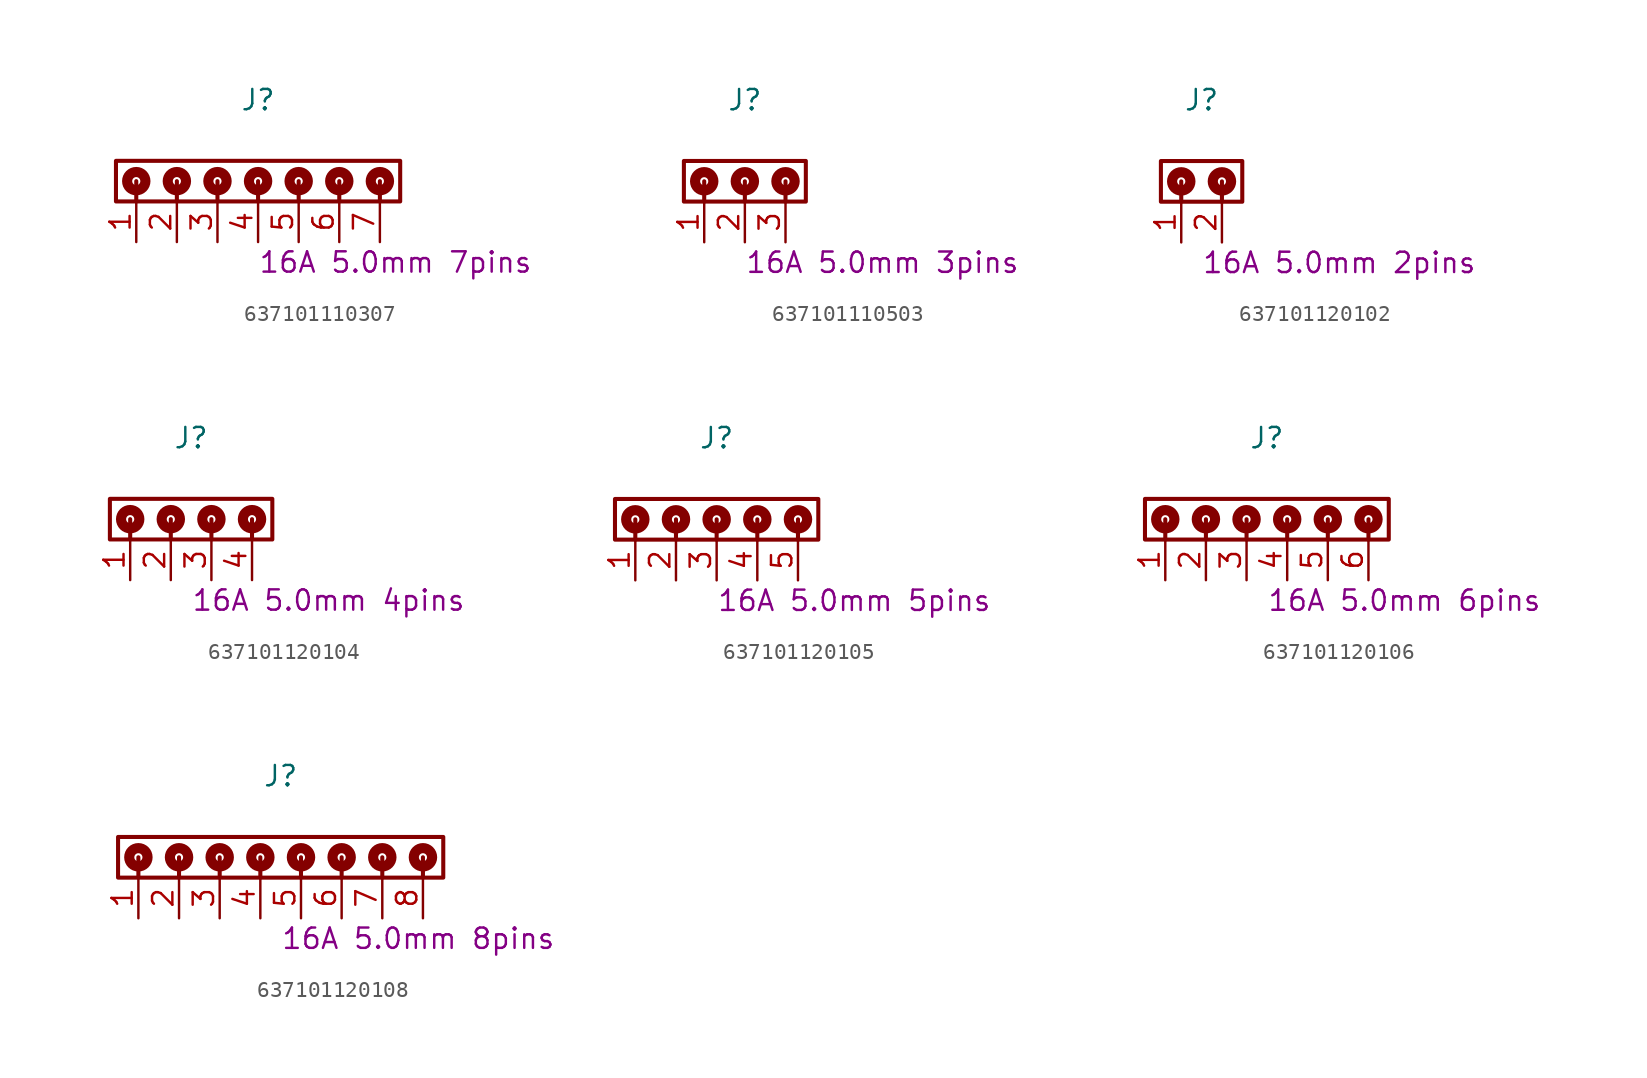
<source format=kicad_sym>
(kicad_symbol_lib
  (version 20220914)
  (generator kicad_symbol_editor)
  (symbol "637101110307"
    (pin_names hide)
    (property "Reference" "J"
      (at 0 5.08 0)
      (effects (font (size 1.27 1.27))))
    (property "Critical Parameter" "16A 5.0mm 7pins"
      (at 0 -5.08 0)
      (effects (font (size 1.27 1.27)) (justify left)))
    (symbol "637101110307_0_1"
      (rectangle (start -8.89 1.27) (end 8.89 -1.27) (stroke (width 0.254) (type default)) (fill (type none)))
      (circle (center -7.62 0) (radius 0.254) (stroke (width 0.635) (type default)) (fill (type none)))
      (polyline (pts (xy -7.62 0) (xy -7.62 -1.27)) (stroke (width 0.254) (type default)) (fill (type none)))
      (circle (center -5.08 0) (radius 0.254) (stroke (width 0.635) (type default)) (fill (type none)))
      (polyline (pts (xy -5.08 0) (xy -5.08 -1.27)) (stroke (width 0.254) (type default)) (fill (type none)))
      (circle (center -2.54 0) (radius 0.254) (stroke (width 0.635) (type default)) (fill (type none)))
      (polyline (pts (xy -2.54 0) (xy -2.54 -1.27)) (stroke (width 0.254) (type default)) (fill (type none)))
      (circle (center 0.0 0) (radius 0.254) (stroke (width 0.635) (type default)) (fill (type none)))
      (polyline (pts (xy 0.0 0) (xy 0.0 -1.27)) (stroke (width 0.254) (type default)) (fill (type none)))
      (circle (center 2.54 0) (radius 0.254) (stroke (width 0.635) (type default)) (fill (type none)))
      (polyline (pts (xy 2.54 0) (xy 2.54 -1.27)) (stroke (width 0.254) (type default)) (fill (type none)))
      (circle (center 5.08 0) (radius 0.254) (stroke (width 0.635) (type default)) (fill (type none)))
      (polyline (pts (xy 5.08 0) (xy 5.08 -1.27)) (stroke (width 0.254) (type default)) (fill (type none)))
      (circle (center 7.62 0) (radius 0.254) (stroke (width 0.635) (type default)) (fill (type none)))
      (polyline (pts (xy 7.62 0) (xy 7.62 -1.27)) (stroke (width 0.254) (type default)) (fill (type none))))
    (symbol "637101110307_1_1"
      (pin passive line (at -7.62 -3.81 90) (length 2.54) (name "1" (effects (font (size 1.27 1.27)))) (number "1" (effects (font (size 1.27 1.27)))))
      (pin passive line (at -7.62 -3.81 90) (length 2.54) hide (name "A1" (effects (font (size 1.27 1.27)))) (number "A1" (effects (font (size 1.27 1.27)))))
      (pin passive line (at -5.08 -3.81 90) (length 2.54) (name "2" (effects (font (size 1.27 1.27)))) (number "2" (effects (font (size 1.27 1.27)))))
      (pin passive line (at -5.08 -3.81 90) (length 2.54) hide (name "A2" (effects (font (size 1.27 1.27)))) (number "A2" (effects (font (size 1.27 1.27)))))
      (pin passive line (at -2.54 -3.81 90) (length 2.54) (name "3" (effects (font (size 1.27 1.27)))) (number "3" (effects (font (size 1.27 1.27)))))
      (pin passive line (at -2.54 -3.81 90) (length 2.54) hide (name "A3" (effects (font (size 1.27 1.27)))) (number "A3" (effects (font (size 1.27 1.27)))))
      (pin passive line (at 0.0 -3.81 90) (length 2.54) (name "4" (effects (font (size 1.27 1.27)))) (number "4" (effects (font (size 1.27 1.27)))))
      (pin passive line (at 0.0 -3.81 90) (length 2.54) hide (name "A4" (effects (font (size 1.27 1.27)))) (number "A4" (effects (font (size 1.27 1.27)))))
      (pin passive line (at 2.54 -3.81 90) (length 2.54) (name "5" (effects (font (size 1.27 1.27)))) (number "5" (effects (font (size 1.27 1.27)))))
      (pin passive line (at 2.54 -3.81 90) (length 2.54) hide (name "A5" (effects (font (size 1.27 1.27)))) (number "A5" (effects (font (size 1.27 1.27)))))
      (pin passive line (at 5.08 -3.81 90) (length 2.54) (name "6" (effects (font (size 1.27 1.27)))) (number "6" (effects (font (size 1.27 1.27)))))
      (pin passive line (at 5.08 -3.81 90) (length 2.54) hide (name "A6" (effects (font (size 1.27 1.27)))) (number "A6" (effects (font (size 1.27 1.27)))))
      (pin passive line (at 7.62 -3.81 90) (length 2.54) (name "7" (effects (font (size 1.27 1.27)))) (number "7" (effects (font (size 1.27 1.27)))))
      (pin passive line (at 7.62 -3.81 90) (length 2.54) hide (name "A7" (effects (font (size 1.27 1.27)))) (number "A7" (effects (font (size 1.27 1.27)))))))
  (symbol "637101110503"
    (pin_names hide)
    (property "Reference" "J"
      (at 0 5.08 0)
      (effects (font (size 1.27 1.27))))
    (property "Critical Parameter" "16A 5.0mm 3pins"
      (at 0 -5.08 0)
      (effects (font (size 1.27 1.27)) (justify left)))
    (symbol "637101110503_0_1"
      (rectangle (start -3.81 1.27) (end 3.81 -1.27) (stroke (width 0.254) (type default)) (fill (type none)))
      (circle (center -2.54 0) (radius 0.254) (stroke (width 0.635) (type default)) (fill (type none)))
      (polyline (pts (xy -2.54 0) (xy -2.54 -1.27)) (stroke (width 0.254) (type default)) (fill (type none)))
      (circle (center 0.0 0) (radius 0.254) (stroke (width 0.635) (type default)) (fill (type none)))
      (polyline (pts (xy 0.0 0) (xy 0.0 -1.27)) (stroke (width 0.254) (type default)) (fill (type none)))
      (circle (center 2.54 0) (radius 0.254) (stroke (width 0.635) (type default)) (fill (type none)))
      (polyline (pts (xy 2.54 0) (xy 2.54 -1.27)) (stroke (width 0.254) (type default)) (fill (type none))))
    (symbol "637101110503_1_1"
      (pin passive line (at -2.54 -3.81 90) (length 2.54) (name "1" (effects (font (size 1.27 1.27)))) (number "1" (effects (font (size 1.27 1.27)))))
      (pin passive line (at -2.54 -3.81 90) (length 2.54) hide (name "A1" (effects (font (size 1.27 1.27)))) (number "A1" (effects (font (size 1.27 1.27)))))
      (pin passive line (at 0.0 -3.81 90) (length 2.54) (name "2" (effects (font (size 1.27 1.27)))) (number "2" (effects (font (size 1.27 1.27)))))
      (pin passive line (at 0.0 -3.81 90) (length 2.54) hide (name "A2" (effects (font (size 1.27 1.27)))) (number "A2" (effects (font (size 1.27 1.27)))))
      (pin passive line (at 2.54 -3.81 90) (length 2.54) (name "3" (effects (font (size 1.27 1.27)))) (number "3" (effects (font (size 1.27 1.27)))))
      (pin passive line (at 2.54 -3.81 90) (length 2.54) hide (name "A3" (effects (font (size 1.27 1.27)))) (number "A3" (effects (font (size 1.27 1.27)))))))
  (symbol "637101120102"
    (pin_names hide)
    (property "Reference" "J"
      (at 0 5.08 0)
      (effects (font (size 1.27 1.27))))
    (property "Critical Parameter" "16A 5.0mm 2pins"
      (at 0 -5.08 0)
      (effects (font (size 1.27 1.27)) (justify left)))
    (symbol "637101120102_0_1"
      (rectangle (start -2.54 1.27) (end 2.54 -1.27) (stroke (width 0.254) (type default)) (fill (type none)))
      (circle (center -1.27 0) (radius 0.254) (stroke (width 0.635) (type default)) (fill (type none)))
      (polyline (pts (xy -1.27 0) (xy -1.27 -1.27)) (stroke (width 0.254) (type default)) (fill (type none)))
      (circle (center 1.27 0) (radius 0.254) (stroke (width 0.635) (type default)) (fill (type none)))
      (polyline (pts (xy 1.27 0) (xy 1.27 -1.27)) (stroke (width 0.254) (type default)) (fill (type none))))
    (symbol "637101120102_1_1"
      (pin passive line (at -1.27 -3.81 90) (length 2.54) (name "1" (effects (font (size 1.27 1.27)))) (number "1" (effects (font (size 1.27 1.27)))))
      (pin passive line (at -1.27 -3.81 90) (length 2.54) hide (name "A1" (effects (font (size 1.27 1.27)))) (number "A1" (effects (font (size 1.27 1.27)))))
      (pin passive line (at 1.27 -3.81 90) (length 2.54) (name "2" (effects (font (size 1.27 1.27)))) (number "2" (effects (font (size 1.27 1.27)))))
      (pin passive line (at 1.27 -3.81 90) (length 2.54) hide (name "A2" (effects (font (size 1.27 1.27)))) (number "A2" (effects (font (size 1.27 1.27)))))))
  (symbol "637101120104"
    (pin_names hide)
    (property "Reference" "J"
      (at 0 5.08 0)
      (effects (font (size 1.27 1.27))))
    (property "Critical Parameter" "16A 5.0mm 4pins"
      (at 0 -5.08 0)
      (effects (font (size 1.27 1.27)) (justify left)))
    (symbol "637101120104_0_1"
      (rectangle (start -5.08 1.27) (end 5.08 -1.27) (stroke (width 0.254) (type default)) (fill (type none)))
      (circle (center -3.81 0) (radius 0.254) (stroke (width 0.635) (type default)) (fill (type none)))
      (polyline (pts (xy -3.81 0) (xy -3.81 -1.27)) (stroke (width 0.254) (type default)) (fill (type none)))
      (circle (center -1.27 0) (radius 0.254) (stroke (width 0.635) (type default)) (fill (type none)))
      (polyline (pts (xy -1.27 0) (xy -1.27 -1.27)) (stroke (width 0.254) (type default)) (fill (type none)))
      (circle (center 1.27 0) (radius 0.254) (stroke (width 0.635) (type default)) (fill (type none)))
      (polyline (pts (xy 1.27 0) (xy 1.27 -1.27)) (stroke (width 0.254) (type default)) (fill (type none)))
      (circle (center 3.81 0) (radius 0.254) (stroke (width 0.635) (type default)) (fill (type none)))
      (polyline (pts (xy 3.81 0) (xy 3.81 -1.27)) (stroke (width 0.254) (type default)) (fill (type none))))
    (symbol "637101120104_1_1"
      (pin passive line (at -3.81 -3.81 90) (length 2.54) (name "1" (effects (font (size 1.27 1.27)))) (number "1" (effects (font (size 1.27 1.27)))))
      (pin passive line (at -3.81 -3.81 90) (length 2.54) hide (name "A1" (effects (font (size 1.27 1.27)))) (number "A1" (effects (font (size 1.27 1.27)))))
      (pin passive line (at -1.27 -3.81 90) (length 2.54) (name "2" (effects (font (size 1.27 1.27)))) (number "2" (effects (font (size 1.27 1.27)))))
      (pin passive line (at -1.27 -3.81 90) (length 2.54) hide (name "A2" (effects (font (size 1.27 1.27)))) (number "A2" (effects (font (size 1.27 1.27)))))
      (pin passive line (at 1.27 -3.81 90) (length 2.54) (name "3" (effects (font (size 1.27 1.27)))) (number "3" (effects (font (size 1.27 1.27)))))
      (pin passive line (at 1.27 -3.81 90) (length 2.54) hide (name "A3" (effects (font (size 1.27 1.27)))) (number "A3" (effects (font (size 1.27 1.27)))))
      (pin passive line (at 3.81 -3.81 90) (length 2.54) (name "4" (effects (font (size 1.27 1.27)))) (number "4" (effects (font (size 1.27 1.27)))))
      (pin passive line (at 3.81 -3.81 90) (length 2.54) hide (name "A4" (effects (font (size 1.27 1.27)))) (number "A4" (effects (font (size 1.27 1.27)))))))
  (symbol "637101120105"
    (pin_names hide)
    (property "Reference" "J"
      (at 0 5.08 0)
      (effects (font (size 1.27 1.27))))
    (property "Critical Parameter" "16A 5.0mm 5pins"
      (at 0 -5.08 0)
      (effects (font (size 1.27 1.27)) (justify left)))
    (symbol "637101120105_0_1"
      (rectangle (start -6.35 1.27) (end 6.35 -1.27) (stroke (width 0.254) (type default)) (fill (type none)))
      (circle (center -5.08 0) (radius 0.254) (stroke (width 0.635) (type default)) (fill (type none)))
      (polyline (pts (xy -5.08 0) (xy -5.08 -1.27)) (stroke (width 0.254) (type default)) (fill (type none)))
      (circle (center -2.54 0) (radius 0.254) (stroke (width 0.635) (type default)) (fill (type none)))
      (polyline (pts (xy -2.54 0) (xy -2.54 -1.27)) (stroke (width 0.254) (type default)) (fill (type none)))
      (circle (center 0.0 0) (radius 0.254) (stroke (width 0.635) (type default)) (fill (type none)))
      (polyline (pts (xy 0.0 0) (xy 0.0 -1.27)) (stroke (width 0.254) (type default)) (fill (type none)))
      (circle (center 2.54 0) (radius 0.254) (stroke (width 0.635) (type default)) (fill (type none)))
      (polyline (pts (xy 2.54 0) (xy 2.54 -1.27)) (stroke (width 0.254) (type default)) (fill (type none)))
      (circle (center 5.08 0) (radius 0.254) (stroke (width 0.635) (type default)) (fill (type none)))
      (polyline (pts (xy 5.08 0) (xy 5.08 -1.27)) (stroke (width 0.254) (type default)) (fill (type none))))
    (symbol "637101120105_1_1"
      (pin passive line (at -5.08 -3.81 90) (length 2.54) (name "1" (effects (font (size 1.27 1.27)))) (number "1" (effects (font (size 1.27 1.27)))))
      (pin passive line (at -5.08 -3.81 90) (length 2.54) hide (name "A1" (effects (font (size 1.27 1.27)))) (number "A1" (effects (font (size 1.27 1.27)))))
      (pin passive line (at -2.54 -3.81 90) (length 2.54) (name "2" (effects (font (size 1.27 1.27)))) (number "2" (effects (font (size 1.27 1.27)))))
      (pin passive line (at -2.54 -3.81 90) (length 2.54) hide (name "A2" (effects (font (size 1.27 1.27)))) (number "A2" (effects (font (size 1.27 1.27)))))
      (pin passive line (at 0.0 -3.81 90) (length 2.54) (name "3" (effects (font (size 1.27 1.27)))) (number "3" (effects (font (size 1.27 1.27)))))
      (pin passive line (at 0.0 -3.81 90) (length 2.54) hide (name "A3" (effects (font (size 1.27 1.27)))) (number "A3" (effects (font (size 1.27 1.27)))))
      (pin passive line (at 2.54 -3.81 90) (length 2.54) (name "4" (effects (font (size 1.27 1.27)))) (number "4" (effects (font (size 1.27 1.27)))))
      (pin passive line (at 2.54 -3.81 90) (length 2.54) hide (name "A4" (effects (font (size 1.27 1.27)))) (number "A4" (effects (font (size 1.27 1.27)))))
      (pin passive line (at 5.08 -3.81 90) (length 2.54) (name "5" (effects (font (size 1.27 1.27)))) (number "5" (effects (font (size 1.27 1.27)))))
      (pin passive line (at 5.08 -3.81 90) (length 2.54) hide (name "A5" (effects (font (size 1.27 1.27)))) (number "A5" (effects (font (size 1.27 1.27)))))))
  (symbol "637101120106"
    (pin_names hide)
    (property "Reference" "J"
      (at 0 5.08 0)
      (effects (font (size 1.27 1.27))))
    (property "Critical Parameter" "16A 5.0mm 6pins"
      (at 0 -5.08 0)
      (effects (font (size 1.27 1.27)) (justify left)))
    (symbol "637101120106_0_1"
      (rectangle (start -7.62 1.27) (end 7.62 -1.27) (stroke (width 0.254) (type default)) (fill (type none)))
      (circle (center -6.35 0) (radius 0.254) (stroke (width 0.635) (type default)) (fill (type none)))
      (polyline (pts (xy -6.35 0) (xy -6.35 -1.27)) (stroke (width 0.254) (type default)) (fill (type none)))
      (circle (center -3.81 0) (radius 0.254) (stroke (width 0.635) (type default)) (fill (type none)))
      (polyline (pts (xy -3.81 0) (xy -3.81 -1.27)) (stroke (width 0.254) (type default)) (fill (type none)))
      (circle (center -1.27 0) (radius 0.254) (stroke (width 0.635) (type default)) (fill (type none)))
      (polyline (pts (xy -1.27 0) (xy -1.27 -1.27)) (stroke (width 0.254) (type default)) (fill (type none)))
      (circle (center 1.27 0) (radius 0.254) (stroke (width 0.635) (type default)) (fill (type none)))
      (polyline (pts (xy 1.27 0) (xy 1.27 -1.27)) (stroke (width 0.254) (type default)) (fill (type none)))
      (circle (center 3.81 0) (radius 0.254) (stroke (width 0.635) (type default)) (fill (type none)))
      (polyline (pts (xy 3.81 0) (xy 3.81 -1.27)) (stroke (width 0.254) (type default)) (fill (type none)))
      (circle (center 6.35 0) (radius 0.254) (stroke (width 0.635) (type default)) (fill (type none)))
      (polyline (pts (xy 6.35 0) (xy 6.35 -1.27)) (stroke (width 0.254) (type default)) (fill (type none))))
    (symbol "637101120106_1_1"
      (pin passive line (at -6.35 -3.81 90) (length 2.54) (name "1" (effects (font (size 1.27 1.27)))) (number "1" (effects (font (size 1.27 1.27)))))
      (pin passive line (at -6.35 -3.81 90) (length 2.54) hide (name "A1" (effects (font (size 1.27 1.27)))) (number "A1" (effects (font (size 1.27 1.27)))))
      (pin passive line (at -3.81 -3.81 90) (length 2.54) (name "2" (effects (font (size 1.27 1.27)))) (number "2" (effects (font (size 1.27 1.27)))))
      (pin passive line (at -3.81 -3.81 90) (length 2.54) hide (name "A2" (effects (font (size 1.27 1.27)))) (number "A2" (effects (font (size 1.27 1.27)))))
      (pin passive line (at -1.27 -3.81 90) (length 2.54) (name "3" (effects (font (size 1.27 1.27)))) (number "3" (effects (font (size 1.27 1.27)))))
      (pin passive line (at -1.27 -3.81 90) (length 2.54) hide (name "A3" (effects (font (size 1.27 1.27)))) (number "A3" (effects (font (size 1.27 1.27)))))
      (pin passive line (at 1.27 -3.81 90) (length 2.54) (name "4" (effects (font (size 1.27 1.27)))) (number "4" (effects (font (size 1.27 1.27)))))
      (pin passive line (at 1.27 -3.81 90) (length 2.54) hide (name "A4" (effects (font (size 1.27 1.27)))) (number "A4" (effects (font (size 1.27 1.27)))))
      (pin passive line (at 3.81 -3.81 90) (length 2.54) (name "5" (effects (font (size 1.27 1.27)))) (number "5" (effects (font (size 1.27 1.27)))))
      (pin passive line (at 3.81 -3.81 90) (length 2.54) hide (name "A5" (effects (font (size 1.27 1.27)))) (number "A5" (effects (font (size 1.27 1.27)))))
      (pin passive line (at 6.35 -3.81 90) (length 2.54) (name "6" (effects (font (size 1.27 1.27)))) (number "6" (effects (font (size 1.27 1.27)))))
      (pin passive line (at 6.35 -3.81 90) (length 2.54) hide (name "A6" (effects (font (size 1.27 1.27)))) (number "A6" (effects (font (size 1.27 1.27)))))))
  (symbol "637101120108"
    (pin_names hide)
    (property "Reference" "J"
      (at 0 5.08 0)
      (effects (font (size 1.27 1.27))))
    (property "Critical Parameter" "16A 5.0mm 8pins"
      (at 0 -5.08 0)
      (effects (font (size 1.27 1.27)) (justify left)))
    (symbol "637101120108_0_1"
      (rectangle (start -10.16 1.27) (end 10.16 -1.27) (stroke (width 0.254) (type default)) (fill (type none)))
      (circle (center -8.89 0) (radius 0.254) (stroke (width 0.635) (type default)) (fill (type none)))
      (polyline (pts (xy -8.89 0) (xy -8.89 -1.27)) (stroke (width 0.254) (type default)) (fill (type none)))
      (circle (center -6.35 0) (radius 0.254) (stroke (width 0.635) (type default)) (fill (type none)))
      (polyline (pts (xy -6.35 0) (xy -6.35 -1.27)) (stroke (width 0.254) (type default)) (fill (type none)))
      (circle (center -3.81 0) (radius 0.254) (stroke (width 0.635) (type default)) (fill (type none)))
      (polyline (pts (xy -3.81 0) (xy -3.81 -1.27)) (stroke (width 0.254) (type default)) (fill (type none)))
      (circle (center -1.27 0) (radius 0.254) (stroke (width 0.635) (type default)) (fill (type none)))
      (polyline (pts (xy -1.27 0) (xy -1.27 -1.27)) (stroke (width 0.254) (type default)) (fill (type none)))
      (circle (center 1.27 0) (radius 0.254) (stroke (width 0.635) (type default)) (fill (type none)))
      (polyline (pts (xy 1.27 0) (xy 1.27 -1.27)) (stroke (width 0.254) (type default)) (fill (type none)))
      (circle (center 3.81 0) (radius 0.254) (stroke (width 0.635) (type default)) (fill (type none)))
      (polyline (pts (xy 3.81 0) (xy 3.81 -1.27)) (stroke (width 0.254) (type default)) (fill (type none)))
      (circle (center 6.35 0) (radius 0.254) (stroke (width 0.635) (type default)) (fill (type none)))
      (polyline (pts (xy 6.35 0) (xy 6.35 -1.27)) (stroke (width 0.254) (type default)) (fill (type none)))
      (circle (center 8.89 0) (radius 0.254) (stroke (width 0.635) (type default)) (fill (type none)))
      (polyline (pts (xy 8.89 0) (xy 8.89 -1.27)) (stroke (width 0.254) (type default)) (fill (type none))))
    (symbol "637101120108_1_1"
      (pin passive line (at -8.89 -3.81 90) (length 2.54) (name "1" (effects (font (size 1.27 1.27)))) (number "1" (effects (font (size 1.27 1.27)))))
      (pin passive line (at -8.89 -3.81 90) (length 2.54) hide (name "A1" (effects (font (size 1.27 1.27)))) (number "A1" (effects (font (size 1.27 1.27)))))
      (pin passive line (at -6.35 -3.81 90) (length 2.54) (name "2" (effects (font (size 1.27 1.27)))) (number "2" (effects (font (size 1.27 1.27)))))
      (pin passive line (at -6.35 -3.81 90) (length 2.54) hide (name "A2" (effects (font (size 1.27 1.27)))) (number "A2" (effects (font (size 1.27 1.27)))))
      (pin passive line (at -3.81 -3.81 90) (length 2.54) (name "3" (effects (font (size 1.27 1.27)))) (number "3" (effects (font (size 1.27 1.27)))))
      (pin passive line (at -3.81 -3.81 90) (length 2.54) hide (name "A3" (effects (font (size 1.27 1.27)))) (number "A3" (effects (font (size 1.27 1.27)))))
      (pin passive line (at -1.27 -3.81 90) (length 2.54) (name "4" (effects (font (size 1.27 1.27)))) (number "4" (effects (font (size 1.27 1.27)))))
      (pin passive line (at -1.27 -3.81 90) (length 2.54) hide (name "A4" (effects (font (size 1.27 1.27)))) (number "A4" (effects (font (size 1.27 1.27)))))
      (pin passive line (at 1.27 -3.81 90) (length 2.54) (name "5" (effects (font (size 1.27 1.27)))) (number "5" (effects (font (size 1.27 1.27)))))
      (pin passive line (at 1.27 -3.81 90) (length 2.54) hide (name "A5" (effects (font (size 1.27 1.27)))) (number "A5" (effects (font (size 1.27 1.27)))))
      (pin passive line (at 3.81 -3.81 90) (length 2.54) (name "6" (effects (font (size 1.27 1.27)))) (number "6" (effects (font (size 1.27 1.27)))))
      (pin passive line (at 3.81 -3.81 90) (length 2.54) hide (name "A6" (effects (font (size 1.27 1.27)))) (number "A6" (effects (font (size 1.27 1.27)))))
      (pin passive line (at 6.35 -3.81 90) (length 2.54) (name "7" (effects (font (size 1.27 1.27)))) (number "7" (effects (font (size 1.27 1.27)))))
      (pin passive line (at 6.35 -3.81 90) (length 2.54) hide (name "A7" (effects (font (size 1.27 1.27)))) (number "A7" (effects (font (size 1.27 1.27)))))
      (pin passive line (at 8.89 -3.81 90) (length 2.54) (name "8" (effects (font (size 1.27 1.27)))) (number "8" (effects (font (size 1.27 1.27)))))
      (pin passive line (at 8.89 -3.81 90) (length 2.54) hide (name "A8" (effects (font (size 1.27 1.27)))) (number "A8" (effects (font (size 1.27 1.27))))))))
</source>
